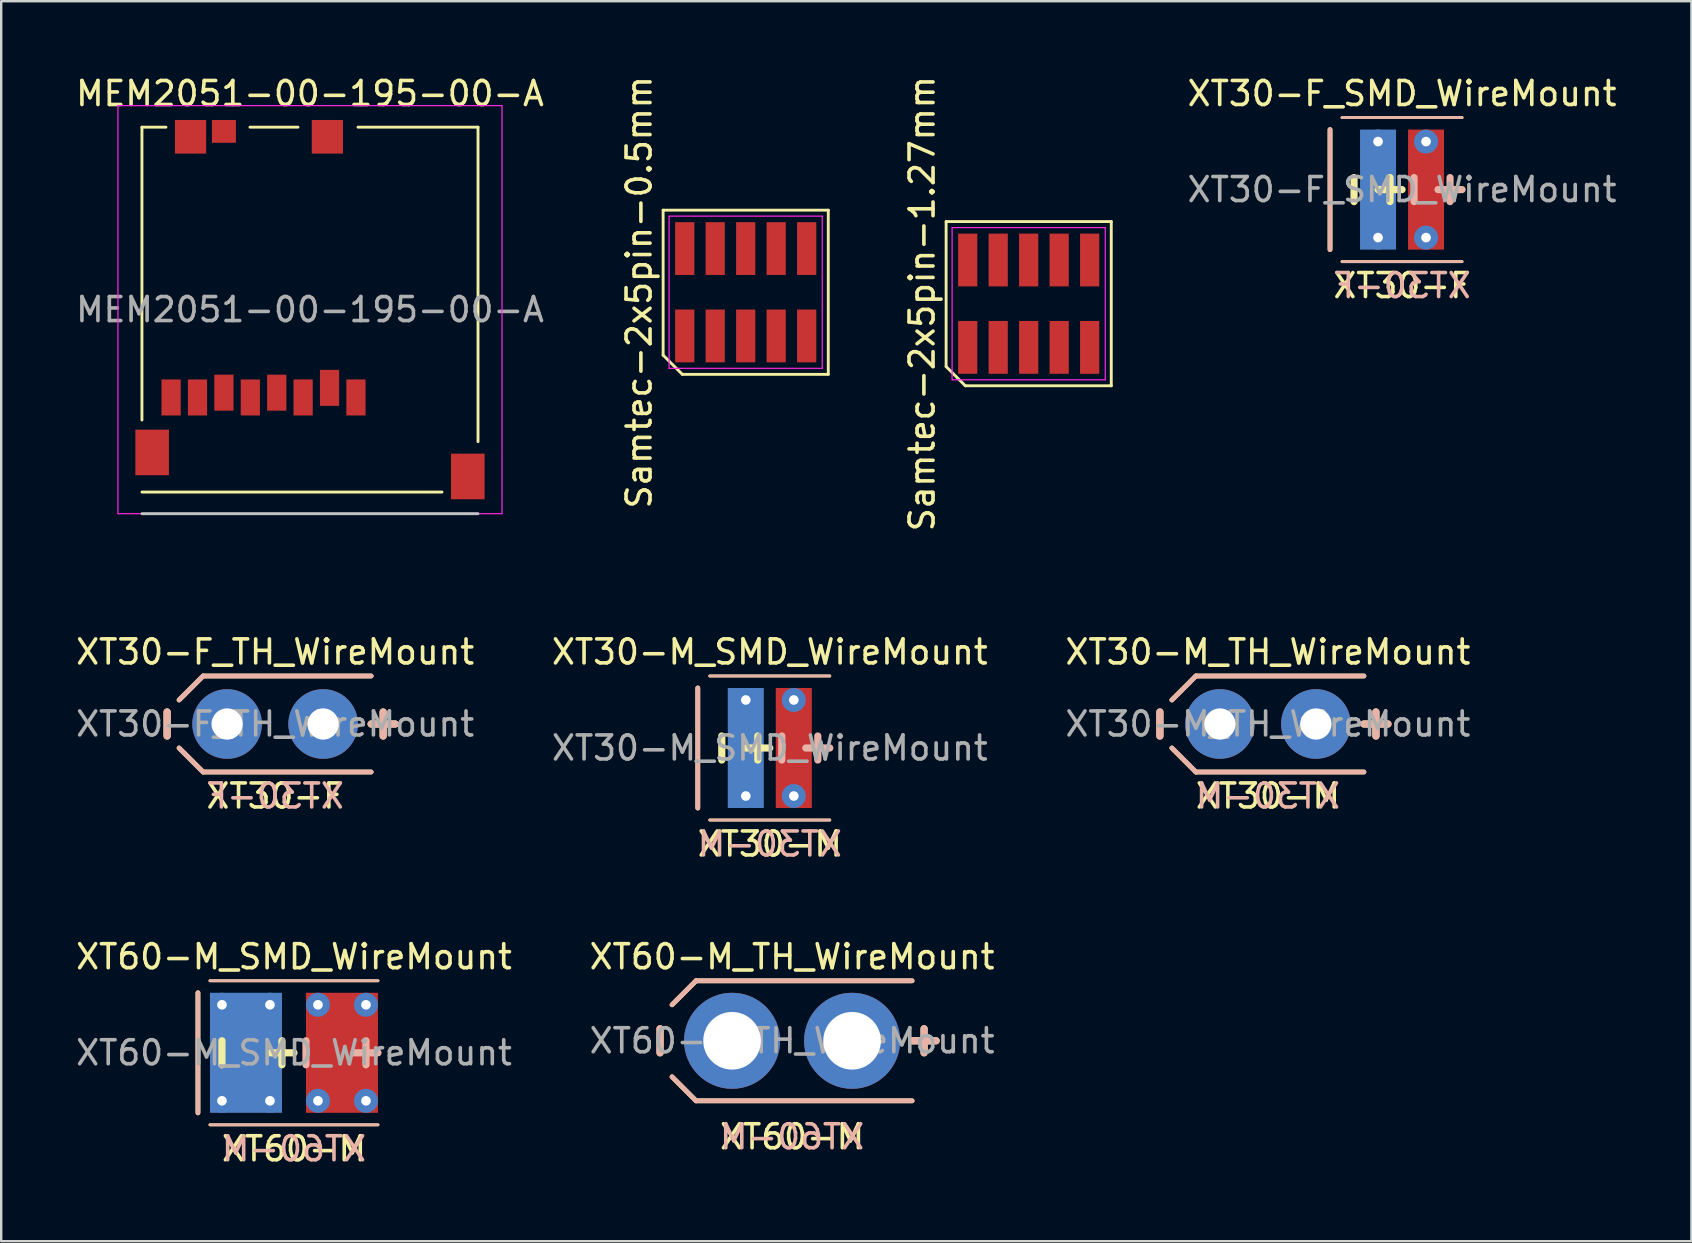
<source format=kicad_pcb>
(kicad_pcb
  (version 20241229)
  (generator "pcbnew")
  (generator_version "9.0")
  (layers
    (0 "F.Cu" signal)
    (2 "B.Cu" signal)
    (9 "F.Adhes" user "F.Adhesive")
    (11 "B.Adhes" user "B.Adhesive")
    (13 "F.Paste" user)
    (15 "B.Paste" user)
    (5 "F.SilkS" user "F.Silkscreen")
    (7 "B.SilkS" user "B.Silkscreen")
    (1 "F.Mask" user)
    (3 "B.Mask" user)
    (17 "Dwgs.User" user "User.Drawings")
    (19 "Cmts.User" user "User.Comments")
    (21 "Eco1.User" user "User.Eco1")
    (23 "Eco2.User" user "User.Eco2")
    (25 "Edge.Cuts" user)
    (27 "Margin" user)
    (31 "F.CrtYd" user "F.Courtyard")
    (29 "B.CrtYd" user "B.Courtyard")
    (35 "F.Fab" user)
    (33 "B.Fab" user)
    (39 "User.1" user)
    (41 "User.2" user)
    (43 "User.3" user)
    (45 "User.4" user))
  (footprint "XT30-M_TH_WireMount"
    (layer "F.Cu")
    (at 49.768 27.11)
    (property "Reference" "XT30-M_TH_WireMount" (at 0 -3 0) (layer "F.SilkS") (effects (font (size 1 1) (thickness 0.15))))
    (attr through_hole exclude_from_pos_files)
    (fp_line (start -4.5 -0.5) (end -4.5 0.5) (stroke (width 0.3) (type solid)) (layer "F.SilkS"))
    (fp_line (start -4 1) (end -3 2) (stroke (width 0.2) (type solid)) (layer "F.SilkS"))
    (fp_line (start -3 -2) (end -4 -1) (stroke (width 0.2) (type solid)) (layer "F.SilkS"))
    (fp_line (start -3 -2) (end 4 -2) (stroke (width 0.2) (type solid)) (layer "F.SilkS"))
    (fp_line (start -3 2) (end 4 2) (stroke (width 0.2) (type solid)) (layer "F.SilkS"))
    (fp_line (start 4 0) (end 5 0) (stroke (width 0.3) (type solid)) (layer "F.SilkS"))
    (fp_line (start 4.5 -0.5) (end 4.5 0.5) (stroke (width 0.3) (type solid)) (layer "F.SilkS"))
    (fp_line (start -4.5 -0.5) (end -4.5 0.5) (stroke (width 0.3) (type solid)) (layer "B.SilkS"))
    (fp_line (start -4 -1) (end -3 -2) (stroke (width 0.2) (type solid)) (layer "B.SilkS"))
    (fp_line (start -3 -2) (end 4 -2) (stroke (width 0.2) (type solid)) (layer "B.SilkS"))
    (fp_line (start -3 2) (end -4 1) (stroke (width 0.2) (type solid)) (layer "B.SilkS"))
    (fp_line (start -3 2) (end 4 2) (stroke (width 0.2) (type solid)) (layer "B.SilkS"))
    (fp_line (start 4.5 -0.5) (end 4.5 0.5) (stroke (width 0.3) (type solid)) (layer "B.SilkS"))
    (fp_line (start 5 0) (end 4 0) (stroke (width 0.3) (type solid)) (layer "B.SilkS"))
    (fp_text user "XT30-M" (at 0 3 0) (layer "F.SilkS") (effects (font (size 1 1) (thickness 0.15))))
    (fp_text user "XT30-M" (at 0 3 0) (layer "B.SilkS") (effects (font (size 1 1) (thickness 0.15)) (justify mirror)))
    (fp_text user "${REFERENCE}" (at 0 0 180) (layer "F.Fab") (effects (font (size 1 1) (thickness 0.15))))
    (pad "1" thru_hole circle (at -2 0) (size 2.9 2.9) (drill 1.3) (layers "*.Cu" "*.Mask"))
    (pad "2" thru_hole circle (at 2 0) (size 2.9 2.9) (drill 1.3) (layers "*.Cu" "*.Mask")))
  (footprint "XT30-F_SMD_WireMount"
    (layer "F.Cu")
    (at 55.356 4.848)
    (property "Reference" "XT30-F_SMD_WireMount" (at 0 -4 0) (layer "F.SilkS") (effects (font (size 1 1) (thickness 0.15))))
    (attr smd exclude_from_pos_files)
    (fp_line (start -3 -2.5) (end -3 2.5) (stroke (width 0.2) (type solid)) (layer "F.SilkS"))
    (fp_line (start -2.5 -3) (end 2.5 -3) (stroke (width 0.12) (type solid)) (layer "F.SilkS"))
    (fp_line (start -2.5 3) (end 2.5 3) (stroke (width 0.12) (type solid)) (layer "F.SilkS"))
    (fp_line (start -2 -0.5) (end -2 0.5) (stroke (width 0.3) (type solid)) (layer "F.SilkS"))
    (fp_line (start -1 0) (end 0 0) (stroke (width 0.3) (type solid)) (layer "F.SilkS"))
    (fp_line (start -0.5 -0.5) (end -0.5 0.5) (stroke (width 0.3) (type solid)) (layer "F.SilkS"))
    (fp_line (start -3 -2.5) (end -3 2.5) (stroke (width 0.2) (type solid)) (layer "B.SilkS"))
    (fp_line (start 0.5 -0.5) (end 0.5 0.5) (stroke (width 0.3) (type solid)) (layer "B.SilkS"))
    (fp_line (start 2 -0.5) (end 2 0.5) (stroke (width 0.3) (type solid)) (layer "B.SilkS"))
    (fp_line (start 2.5 -3) (end -2.5 -3) (stroke (width 0.12) (type solid)) (layer "B.SilkS"))
    (fp_line (start 2.5 0) (end 1.5 0) (stroke (width 0.3) (type solid)) (layer "B.SilkS"))
    (fp_line (start 2.5 3) (end -2.5 3) (stroke (width 0.12) (type solid)) (layer "B.SilkS"))
    (fp_text user "XT30-F" (at 0 4 0) (layer "F.SilkS") (effects (font (size 1 1) (thickness 0.15))))
    (fp_text user "XT30-F" (at 0 4 0) (layer "B.SilkS") (effects (font (size 1 1) (thickness 0.15)) (justify mirror)))
    (fp_text user "${REFERENCE}" (at 0 0 180) (layer "F.Fab") (effects (font (size 1 1) (thickness 0.15))))
    (pad "1" thru_hole circle (at -1 -2) (size 1 1) (drill 0.4) (layers "*.Cu"))
    (pad "1" smd rect (at -1 0) (size 1.5 5) (layers "B.Cu" "B.Mask"))
    (pad "1" thru_hole circle (at -1 2) (size 1 1) (drill 0.4) (layers "*.Cu"))
    (pad "2" thru_hole circle (at 1 -2) (size 1 1) (drill 0.4) (layers "*.Cu"))
    (pad "2" smd rect (at 1 0) (size 1.5 5) (layers "F.Cu" "F.Mask"))
    (pad "2" thru_hole circle (at 1 2) (size 1 1) (drill 0.4) (layers "*.Cu")))
  (footprint "MEM2051-00-195-00-A"
    (layer "F.Cu")
    (at 9.863 9.848)
    (property "Reference" "MEM2051-00-195-00-A" (at 0 -9 0) (layer "F.SilkS") (effects (font (size 1 1) (thickness 0.15))))
    (attr smd)
    (fp_line (start -7 -7.6) (end -7 4.6) (stroke (width 0.12) (type solid)) (layer "F.SilkS"))
    (fp_line (start -7 -7.6) (end -6 -7.6) (stroke (width 0.12) (type solid)) (layer "F.SilkS"))
    (fp_line (start -2.5 -7.6) (end -0.5 -7.6) (stroke (width 0.12) (type solid)) (layer "F.SilkS"))
    (fp_line (start 2 -7.6) (end 7 -7.6) (stroke (width 0.12) (type solid)) (layer "F.SilkS"))
    (fp_line (start 5.5 7.6) (end -7 7.6) (stroke (width 0.12) (type solid)) (layer "F.SilkS"))
    (fp_line (start 7 -7.6) (end 7 5.5) (stroke (width 0.12) (type solid)) (layer "F.SilkS"))
    (fp_line (start -7 8.5) (end 7 8.5) (stroke (width 0.12) (type solid)) (layer "Dwgs.User"))
    (fp_line (start -8 -8.5) (end 8 -8.5) (stroke (width 0.05) (type solid)) (layer "F.CrtYd"))
    (fp_line (start -8 8.5) (end -8 -8.5) (stroke (width 0.05) (type solid)) (layer "F.CrtYd"))
    (fp_line (start 8 -8.5) (end 8 8.5) (stroke (width 0.05) (type solid)) (layer "F.CrtYd"))
    (fp_line (start 8 8.5) (end -8 8.5) (stroke (width 0.05) (type solid)) (layer "F.CrtYd"))
    (fp_text user "CMD " (at -0.285 7 90) (unlocked yes) (layer "F.Mask") (effects (font (size 0.8 0.8) (thickness 0.15)) (justify right)))
    (fp_text user "GND " (at -3.6 7 90) (unlocked yes) (layer "F.Mask") (effects (font (size 0.8 0.8) (thickness 0.15)) (justify right)))
    (fp_text user "CLK " (at -2.5 7 90) (unlocked yes) (layer "F.Mask") (effects (font (size 0.8 0.8) (thickness 0.15)) (justify right)))
    (fp_text user "D2 " (at 1.915 7 90) (unlocked yes) (layer "F.Mask") (effects (font (size 0.8 0.8) (thickness 0.15)) (justify right)))
    (fp_text user "VDD " (at -1.385 7 90) (unlocked yes) (layer "F.Mask") (effects (font (size 0.8 0.8) (thickness 0.15)) (justify right)))
    (fp_text user "D0 " (at -4.7 7 90) (unlocked yes) (layer "F.Mask") (effects (font (size 0.8 0.8) (thickness 0.15)) (justify right)))
    (fp_text user "D1 " (at -5.8 7 90) (unlocked yes) (layer "F.Mask") (effects (font (size 0.8 0.8) (thickness 0.15)) (justify right)))
    (fp_text user "D3 " (at 0.815 7 90) (unlocked yes) (layer "F.Mask") (effects (font (size 0.8 0.8) (thickness 0.15)) (justify right)))
    (fp_text user "${REFERENCE}" (at 0 0 0) (layer "F.Fab") (effects (font (size 1 1) (thickness 0.15))))
    (pad "1" smd rect (at -5.785 3.66) (size 0.8 1.5) (layers "F.Cu" "F.Mask" "F.Paste"))
    (pad "2" smd rect (at -4.685 3.66) (size 0.8 1.5) (layers "F.Cu" "F.Mask" "F.Paste"))
    (pad "3" smd rect (at -3.585 3.46) (size 0.8 1.5) (layers "F.Cu" "F.Mask" "F.Paste"))
    (pad "4" smd rect (at -2.485 3.66) (size 0.8 1.5) (layers "F.Cu" "F.Mask" "F.Paste"))
    (pad "5" smd rect (at -1.385 3.46) (size 0.8 1.5) (layers "F.Cu" "F.Mask" "F.Paste"))
    (pad "6" smd rect (at -0.285 3.66) (size 0.8 1.5) (layers "F.Cu" "F.Mask" "F.Paste"))
    (pad "7" smd rect (at 0.815 3.26) (size 0.8 1.5) (layers "F.Cu" "F.Mask" "F.Paste"))
    (pad "8" smd rect (at 1.915 3.66) (size 0.8 1.5) (layers "F.Cu" "F.Mask" "F.Paste"))
    (pad "9" smd rect (at -6.575 5.95) (size 1.4 1.9) (layers "F.Cu" "F.Mask" "F.Paste"))
    (pad "9" smd rect (at -4.975 -7.2) (size 1.3 1.4) (layers "F.Cu" "F.Mask" "F.Paste"))
    (pad "9" smd rect (at 0.725 -7.2) (size 1.3 1.4) (layers "F.Cu" "F.Mask" "F.Paste"))
    (pad "9" smd rect (at 6.575 6.95) (size 1.4 1.9) (layers "F.Cu" "F.Mask" "F.Paste"))
    (pad "~{CD}" smd rect (at -3.585 -7.425) (size 1 0.95) (layers "F.Cu" "F.Mask" "F.Paste"))
    (zone (net_name "") (layer "F.Cu") (hatch edge 0.508) (connect_pads) (min_thickness 0.254) (filled_areas_thickness no) (keepout (tracks not_allowed) (vias not_allowed) (pads not_allowed) (copperpour not_allowed) (footprints not_allowed)) (placement (enabled no)) (fill) (polygon (pts (xy 12.313 8.478) (xy 12.313 6.178) (xy 7.328 6.178) (xy 7.328 4.108) (xy 5.228 4.108) (xy 5.228 6.178) (xy 3.613 6.178) (xy 3.613 8.478)))))
  (footprint "XT60-M_TH_WireMount"
    (layer "F.Cu")
    (at 29.946 40.307)
    (property "Reference" "XT60-M_TH_WireMount" (at 0 -3.5 0) (layer "F.SilkS") (effects (font (size 1 1) (thickness 0.15))))
    (attr through_hole exclude_from_pos_files)
    (fp_line (start -5.5 -0.5) (end -5.5 0.5) (stroke (width 0.3) (type solid)) (layer "F.SilkS"))
    (fp_line (start -5 1.5) (end -4 2.5) (stroke (width 0.2) (type solid)) (layer "F.SilkS"))
    (fp_line (start -4 -2.5) (end -5 -1.5) (stroke (width 0.2) (type solid)) (layer "F.SilkS"))
    (fp_line (start -4 -2.5) (end 5 -2.5) (stroke (width 0.2) (type solid)) (layer "F.SilkS"))
    (fp_line (start -4 2.5) (end 5 2.5) (stroke (width 0.2) (type solid)) (layer "F.SilkS"))
    (fp_line (start 5 0) (end 6 0) (stroke (width 0.3) (type solid)) (layer "F.SilkS"))
    (fp_line (start 5.5 -0.5) (end 5.5 0.5) (stroke (width 0.3) (type solid)) (layer "F.SilkS"))
    (fp_line (start -5.5 -0.5) (end -5.5 0.5) (stroke (width 0.3) (type solid)) (layer "B.SilkS"))
    (fp_line (start -5 -1.5) (end -4 -2.5) (stroke (width 0.2) (type solid)) (layer "B.SilkS"))
    (fp_line (start -4 -2.5) (end 5 -2.5) (stroke (width 0.2) (type solid)) (layer "B.SilkS"))
    (fp_line (start -4 2.5) (end -5 1.5) (stroke (width 0.2) (type solid)) (layer "B.SilkS"))
    (fp_line (start -4 2.5) (end 5 2.5) (stroke (width 0.2) (type solid)) (layer "B.SilkS"))
    (fp_line (start 5.5 -0.5) (end 5.5 0.5) (stroke (width 0.3) (type solid)) (layer "B.SilkS"))
    (fp_line (start 6 0) (end 5 0) (stroke (width 0.3) (type solid)) (layer "B.SilkS"))
    (fp_text user "XT60-M" (at 0 4 0) (layer "F.SilkS") (effects (font (size 1 1) (thickness 0.15))))
    (fp_text user "XT60-M" (at 0 4 0) (layer "B.SilkS") (effects (font (size 1 1) (thickness 0.15)) (justify mirror)))
    (fp_text user "${REFERENCE}" (at 0 0 180) (layer "F.Fab") (effects (font (size 1 1) (thickness 0.15))))
    (pad "1" thru_hole circle (at -2.5 0) (size 4 4) (drill 2.4) (layers "*.Cu" "*.Mask"))
    (pad "2" thru_hole circle (at 2.5 0) (size 4 4) (drill 2.4) (layers "*.Cu" "*.Mask")))
  (footprint "Samtec-2x5pin-1.27mm"
    (layer "F.Cu")
    (at 39.803 9.601)
    (property "Reference" "Samtec-2x5pin-1.27mm" (at -4.44 0 90) (layer "F.SilkS") (effects (font (size 1 1) (thickness 0.15))))
    (attr smd)
    (fp_line (start -3.44 -3.42) (end 3.44 -3.42) (stroke (width 0.12) (type solid)) (layer "F.SilkS"))
    (fp_line (start -3.44 2.62) (end -3.44 -3.42) (stroke (width 0.12) (type solid)) (layer "F.SilkS"))
    (fp_line (start -2.64 3.42) (end -3.44 2.62) (stroke (width 0.12) (type solid)) (layer "F.SilkS"))
    (fp_line (start 3.44 -3.42) (end 3.44 3.42) (stroke (width 0.12) (type solid)) (layer "F.SilkS"))
    (fp_line (start 3.44 3.42) (end -2.64 3.42) (stroke (width 0.12) (type solid)) (layer "F.SilkS"))
    (fp_line (start -3.19 -3.17) (end 3.19 -3.17) (stroke (width 0.05) (type solid)) (layer "F.CrtYd"))
    (fp_line (start -3.19 3.17) (end -3.19 -3.17) (stroke (width 0.05) (type solid)) (layer "F.CrtYd"))
    (fp_line (start 3.19 -3.17) (end 3.19 3.17) (stroke (width 0.05) (type solid)) (layer "F.CrtYd"))
    (fp_line (start 3.19 3.17) (end -3.19 3.17) (stroke (width 0.05) (type solid)) (layer "F.CrtYd"))
    (pad "1" smd rect (at -2.54 1.82) (size 0.8 2.2) (layers "F.Cu" "F.Mask" "F.Paste"))
    (pad "2" smd rect (at -2.54 -1.82) (size 0.8 2.2) (layers "F.Cu" "F.Mask" "F.Paste"))
    (pad "3" smd rect (at -1.27 1.82) (size 0.8 2.2) (layers "F.Cu" "F.Mask" "F.Paste"))
    (pad "4" smd rect (at -1.27 -1.82) (size 0.8 2.2) (layers "F.Cu" "F.Mask" "F.Paste"))
    (pad "5" smd rect (at 0 1.82) (size 0.8 2.2) (layers "F.Cu" "F.Mask" "F.Paste"))
    (pad "6" smd rect (at 0 -1.82) (size 0.8 2.2) (layers "F.Cu" "F.Mask" "F.Paste"))
    (pad "7" smd rect (at 1.27 1.82) (size 0.8 2.2) (layers "F.Cu" "F.Mask" "F.Paste"))
    (pad "8" smd rect (at 1.27 -1.82) (size 0.8 2.2) (layers "F.Cu" "F.Mask" "F.Paste"))
    (pad "9" smd rect (at 2.54 1.82) (size 0.8 2.2) (layers "F.Cu" "F.Mask" "F.Paste"))
    (pad "10" smd rect (at 2.54 -1.82) (size 0.8 2.2) (layers "F.Cu" "F.Mask" "F.Paste")))
  (footprint "Samtec-2x5pin-0.5mm"
    (layer "F.Cu")
    (at 28.014 9.125)
    (property "Reference" "Samtec-2x5pin-0.5mm" (at -4.44 0 90) (layer "F.SilkS") (effects (font (size 1 1) (thickness 0.15))))
    (attr smd)
    (fp_line (start -3.44 -3.42) (end 3.44 -3.42) (stroke (width 0.12) (type solid)) (layer "F.SilkS"))
    (fp_line (start -3.44 2.62) (end -3.44 -3.42) (stroke (width 0.12) (type solid)) (layer "F.SilkS"))
    (fp_line (start -2.64 3.42) (end -3.44 2.62) (stroke (width 0.12) (type solid)) (layer "F.SilkS"))
    (fp_line (start 3.44 -3.42) (end 3.44 3.42) (stroke (width 0.12) (type solid)) (layer "F.SilkS"))
    (fp_line (start 3.44 3.42) (end -2.64 3.42) (stroke (width 0.12) (type solid)) (layer "F.SilkS"))
    (fp_line (start -3.19 -3.17) (end 3.19 -3.17) (stroke (width 0.05) (type solid)) (layer "F.CrtYd"))
    (fp_line (start -3.19 3.17) (end -3.19 -3.17) (stroke (width 0.05) (type solid)) (layer "F.CrtYd"))
    (fp_line (start 3.19 -3.17) (end 3.19 3.17) (stroke (width 0.05) (type solid)) (layer "F.CrtYd"))
    (fp_line (start 3.19 3.17) (end -3.19 3.17) (stroke (width 0.05) (type solid)) (layer "F.CrtYd"))
    (pad "1" smd rect (at -2.54 1.82) (size 0.8 2.2) (layers "F.Cu" "F.Mask" "F.Paste"))
    (pad "2" smd rect (at -2.54 -1.82) (size 0.8 2.2) (layers "F.Cu" "F.Mask" "F.Paste"))
    (pad "3" smd rect (at -1.27 1.82) (size 0.8 2.2) (layers "F.Cu" "F.Mask" "F.Paste"))
    (pad "4" smd rect (at -1.27 -1.82) (size 0.8 2.2) (layers "F.Cu" "F.Mask" "F.Paste"))
    (pad "5" smd rect (at 0 1.82) (size 0.8 2.2) (layers "F.Cu" "F.Mask" "F.Paste"))
    (pad "6" smd rect (at 0 -1.82) (size 0.8 2.2) (layers "F.Cu" "F.Mask" "F.Paste"))
    (pad "7" smd rect (at 1.27 1.82) (size 0.8 2.2) (layers "F.Cu" "F.Mask" "F.Paste"))
    (pad "8" smd rect (at 1.27 -1.82) (size 0.8 2.2) (layers "F.Cu" "F.Mask" "F.Paste"))
    (pad "9" smd rect (at 2.54 1.82) (size 0.8 2.2) (layers "F.Cu" "F.Mask" "F.Paste"))
    (pad "10" smd rect (at 2.54 -1.82) (size 0.8 2.2) (layers "F.Cu" "F.Mask" "F.Paste")))
  (footprint "XT60-M_SMD_WireMount"
    (layer "F.Cu")
    (at 9.196 40.807)
    (property "Reference" "XT60-M_SMD_WireMount" (at 0 -4 0) (layer "F.SilkS") (effects (font (size 1 1) (thickness 0.15))))
    (attr smd exclude_from_pos_files)
    (fp_line (start -4 -2.5) (end -4 2.5) (stroke (width 0.2) (type solid)) (layer "F.SilkS"))
    (fp_line (start -3.5 -3) (end 3.5 -3) (stroke (width 0.12) (type solid)) (layer "F.SilkS"))
    (fp_line (start -3.5 3) (end 3.5 3) (stroke (width 0.12) (type solid)) (layer "F.SilkS"))
    (fp_line (start -3 -0.5) (end -3 0.5) (stroke (width 0.3) (type solid)) (layer "F.SilkS"))
    (fp_line (start -1 0) (end 0 0) (stroke (width 0.3) (type solid)) (layer "F.SilkS"))
    (fp_line (start -0.5 -0.5) (end -0.5 0.5) (stroke (width 0.3) (type solid)) (layer "F.SilkS"))
    (fp_line (start -4 -2.5) (end -4 2.5) (stroke (width 0.2) (type solid)) (layer "B.SilkS"))
    (fp_line (start 0.5 -0.5) (end 0.5 0.5) (stroke (width 0.3) (type solid)) (layer "B.SilkS"))
    (fp_line (start 3 -0.5) (end 3 0.5) (stroke (width 0.3) (type solid)) (layer "B.SilkS"))
    (fp_line (start 3.5 -3) (end -3.5 -3) (stroke (width 0.12) (type solid)) (layer "B.SilkS"))
    (fp_line (start 3.5 0) (end 2.5 0) (stroke (width 0.3) (type solid)) (layer "B.SilkS"))
    (fp_line (start 3.5 3) (end -3.5 3) (stroke (width 0.12) (type solid)) (layer "B.SilkS"))
    (fp_text user "XT60-M" (at 0 4 0) (layer "F.SilkS") (effects (font (size 1 1) (thickness 0.15))))
    (fp_text user "XT60-M" (at 0 4 0) (layer "B.SilkS") (effects (font (size 1 1) (thickness 0.15)) (justify mirror)))
    (fp_text user "${REFERENCE}" (at 0 0 180) (layer "F.Fab") (effects (font (size 1 1) (thickness 0.15))))
    (pad "1" thru_hole circle (at -3 -2) (size 1 1) (drill 0.4) (layers "*.Cu"))
    (pad "1" thru_hole circle (at -3 2) (size 1 1) (drill 0.4) (layers "*.Cu"))
    (pad "1" smd rect (at -2 0) (size 3 5) (layers "B.Cu" "B.Mask"))
    (pad "1" thru_hole circle (at -1 -2) (size 1 1) (drill 0.4) (layers "*.Cu"))
    (pad "1" thru_hole circle (at -1 2) (size 1 1) (drill 0.4) (layers "*.Cu"))
    (pad "2" thru_hole circle (at 1 -2) (size 1 1) (drill 0.4) (layers "*.Cu"))
    (pad "2" thru_hole circle (at 1 2) (size 1 1) (drill 0.4) (layers "*.Cu"))
    (pad "2" smd rect (at 2 0) (size 3 5) (layers "F.Cu" "F.Mask"))
    (pad "2" thru_hole circle (at 3 -2) (size 1 1) (drill 0.4) (layers "*.Cu"))
    (pad "2" thru_hole circle (at 3 2) (size 1 1) (drill 0.4) (layers "*.Cu")))
  (footprint "XT30-M_SMD_WireMount"
    (layer "F.Cu")
    (at 29.018 28.11)
    (property "Reference" "XT30-M_SMD_WireMount" (at 0 -4 0) (layer "F.SilkS") (effects (font (size 1 1) (thickness 0.15))))
    (attr smd exclude_from_pos_files)
    (fp_line (start -3 -2.5) (end -3 2.5) (stroke (width 0.2) (type solid)) (layer "F.SilkS"))
    (fp_line (start -2.5 -3) (end 2.5 -3) (stroke (width 0.12) (type solid)) (layer "F.SilkS"))
    (fp_line (start -2.5 3) (end 2.5 3) (stroke (width 0.12) (type solid)) (layer "F.SilkS"))
    (fp_line (start -2 -0.5) (end -2 0.5) (stroke (width 0.3) (type solid)) (layer "F.SilkS"))
    (fp_line (start -1 0) (end 0 0) (stroke (width 0.3) (type solid)) (layer "F.SilkS"))
    (fp_line (start -0.5 -0.5) (end -0.5 0.5) (stroke (width 0.3) (type solid)) (layer "F.SilkS"))
    (fp_line (start -3 -2.5) (end -3 2.5) (stroke (width 0.2) (type solid)) (layer "B.SilkS"))
    (fp_line (start 0.5 -0.5) (end 0.5 0.5) (stroke (width 0.3) (type solid)) (layer "B.SilkS"))
    (fp_line (start 2 -0.5) (end 2 0.5) (stroke (width 0.3) (type solid)) (layer "B.SilkS"))
    (fp_line (start 2.5 -3) (end -2.5 -3) (stroke (width 0.12) (type solid)) (layer "B.SilkS"))
    (fp_line (start 2.5 0) (end 1.5 0) (stroke (width 0.3) (type solid)) (layer "B.SilkS"))
    (fp_line (start 2.5 3) (end -2.5 3) (stroke (width 0.12) (type solid)) (layer "B.SilkS"))
    (fp_text user "XT30-M" (at 0 4 0) (layer "F.SilkS") (effects (font (size 1 1) (thickness 0.15))))
    (fp_text user "XT30-M" (at 0 4 0) (layer "B.SilkS") (effects (font (size 1 1) (thickness 0.15)) (justify mirror)))
    (fp_text user "${REFERENCE}" (at 0 0 180) (layer "F.Fab") (effects (font (size 1 1) (thickness 0.15))))
    (pad "1" thru_hole circle (at -1 -2) (size 1 1) (drill 0.4) (layers "*.Cu"))
    (pad "1" smd rect (at -1 0) (size 1.5 5) (layers "B.Cu" "B.Mask"))
    (pad "1" thru_hole circle (at -1 2) (size 1 1) (drill 0.4) (layers "*.Cu"))
    (pad "2" thru_hole circle (at 1 -2) (size 1 1) (drill 0.4) (layers "*.Cu"))
    (pad "2" smd rect (at 1 0) (size 1.5 5) (layers "F.Cu" "F.Mask"))
    (pad "2" thru_hole circle (at 1 2) (size 1 1) (drill 0.4) (layers "*.Cu")))
  (footprint "XT30-F_TH_WireMount"
    (layer "F.Cu")
    (at 8.411 27.11)
    (property "Reference" "XT30-F_TH_WireMount" (at 0 -3 0) (layer "F.SilkS") (effects (font (size 1 1) (thickness 0.15))))
    (attr through_hole exclude_from_pos_files)
    (fp_line (start -4.5 -0.5) (end -4.5 0.5) (stroke (width 0.3) (type solid)) (layer "F.SilkS"))
    (fp_line (start -4 1) (end -3 2) (stroke (width 0.2) (type solid)) (layer "F.SilkS"))
    (fp_line (start -3 -2) (end -4 -1) (stroke (width 0.2) (type solid)) (layer "F.SilkS"))
    (fp_line (start -3 -2) (end 4 -2) (stroke (width 0.2) (type solid)) (layer "F.SilkS"))
    (fp_line (start -3 2) (end 4 2) (stroke (width 0.2) (type solid)) (layer "F.SilkS"))
    (fp_line (start 4 0) (end 5 0) (stroke (width 0.3) (type solid)) (layer "F.SilkS"))
    (fp_line (start 4.5 -0.5) (end 4.5 0.5) (stroke (width 0.3) (type solid)) (layer "F.SilkS"))
    (fp_line (start -4.5 -0.5) (end -4.5 0.5) (stroke (width 0.3) (type solid)) (layer "B.SilkS"))
    (fp_line (start -4 -1) (end -3 -2) (stroke (width 0.2) (type solid)) (layer "B.SilkS"))
    (fp_line (start -3 -2) (end 4 -2) (stroke (width 0.2) (type solid)) (layer "B.SilkS"))
    (fp_line (start -3 2) (end -4 1) (stroke (width 0.2) (type solid)) (layer "B.SilkS"))
    (fp_line (start -3 2) (end 4 2) (stroke (width 0.2) (type solid)) (layer "B.SilkS"))
    (fp_line (start 4.5 -0.5) (end 4.5 0.5) (stroke (width 0.3) (type solid)) (layer "B.SilkS"))
    (fp_line (start 5 0) (end 4 0) (stroke (width 0.3) (type solid)) (layer "B.SilkS"))
    (fp_text user "XT30-F" (at 0 3 0) (layer "F.SilkS") (effects (font (size 1 1) (thickness 0.15))))
    (fp_text user "XT30-F" (at 0 3 0) (layer "B.SilkS") (effects (font (size 1 1) (thickness 0.15)) (justify mirror)))
    (fp_text user "${REFERENCE}" (at 0 0 180) (layer "F.Fab") (effects (font (size 1 1) (thickness 0.15))))
    (pad "1" thru_hole circle (at -2 0) (size 2.9 2.9) (drill 1.3) (layers "*.Cu" "*.Mask"))
    (pad "2" thru_hole circle (at 2 0) (size 2.9 2.9) (drill 1.3) (layers "*.Cu" "*.Mask")))
  (gr_rect
    (start -3 -3)
    (end 67.41 48.655)
    (stroke (width 0.1) (type default))
    (fill no)
    (layer "Edge.Cuts")))
</source>
